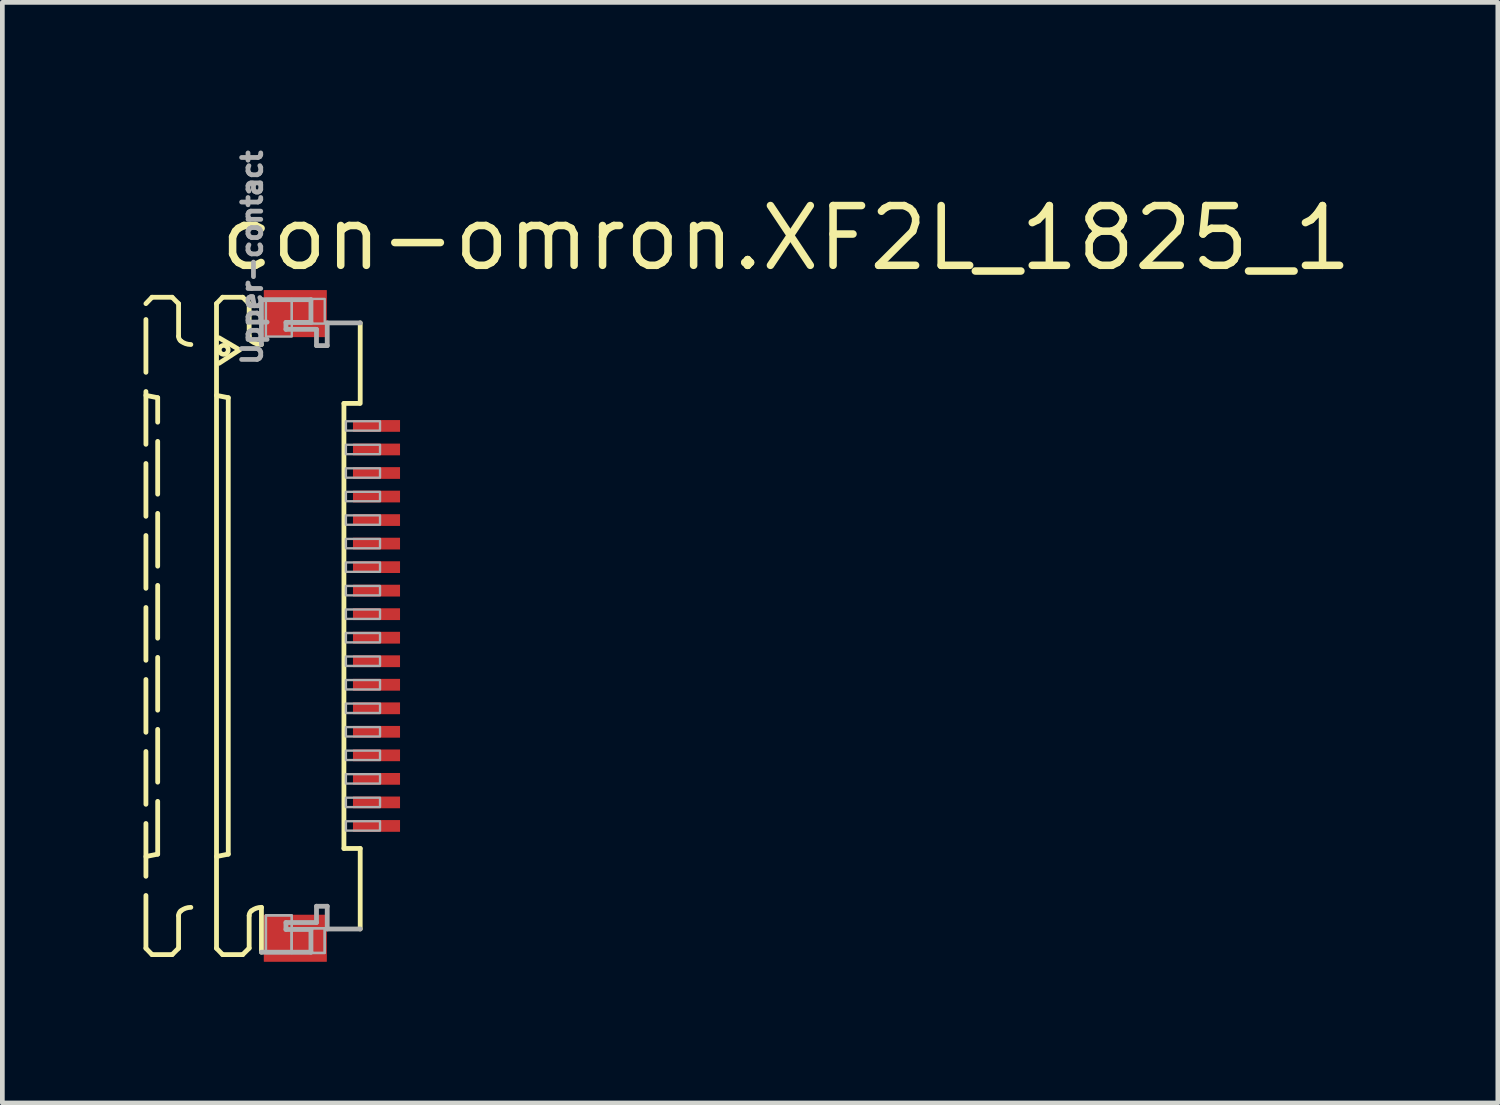
<source format=kicad_pcb>
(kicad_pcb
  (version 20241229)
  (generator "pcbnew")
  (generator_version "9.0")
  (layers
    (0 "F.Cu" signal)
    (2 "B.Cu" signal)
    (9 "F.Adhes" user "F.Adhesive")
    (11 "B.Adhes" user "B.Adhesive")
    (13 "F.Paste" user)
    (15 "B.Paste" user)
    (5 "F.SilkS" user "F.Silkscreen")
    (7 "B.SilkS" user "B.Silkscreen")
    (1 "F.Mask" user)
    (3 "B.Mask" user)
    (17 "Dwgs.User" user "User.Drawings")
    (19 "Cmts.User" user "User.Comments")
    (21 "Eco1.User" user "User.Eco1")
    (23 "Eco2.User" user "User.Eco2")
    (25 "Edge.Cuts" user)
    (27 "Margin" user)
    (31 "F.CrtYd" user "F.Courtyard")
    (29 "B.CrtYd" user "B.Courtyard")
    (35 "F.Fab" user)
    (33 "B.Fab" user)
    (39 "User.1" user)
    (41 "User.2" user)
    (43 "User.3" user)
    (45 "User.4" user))
  (footprint "con-omron.XF2L_1825_1"
    (layer "F.Cu")
    (at 3.046 10.252)
    (property "Reference" "con-omron.XF2L_1825_1" (at -1.5 -7.5 0) (layer "F.SilkS") (effects (font (size 1.27 1.27) (thickness 0.16)) (justify left bottom)))
    (attr smd)
    (fp_rect (start 1.355 -4.075) (end 2.455 -4.425) (stroke (width 0.05) (type default)) (fill yes) (layer "F.Mask"))
    (fp_rect (start 1.355 -3.575) (end 2.455 -3.925) (stroke (width 0.05) (type default)) (fill yes) (layer "F.Mask"))
    (fp_rect (start 1.355 -3.075) (end 2.455 -3.425) (stroke (width 0.05) (type default)) (fill yes) (layer "F.Mask"))
    (fp_rect (start 1.355 -2.575) (end 2.455 -2.925) (stroke (width 0.05) (type default)) (fill yes) (layer "F.Mask"))
    (fp_rect (start 1.355 -2.075) (end 2.455 -2.425) (stroke (width 0.05) (type default)) (fill yes) (layer "F.Mask"))
    (fp_rect (start 1.355 -1.575) (end 2.455 -1.925) (stroke (width 0.05) (type default)) (fill yes) (layer "F.Mask"))
    (fp_rect (start 1.355 -1.075) (end 2.455 -1.425) (stroke (width 0.05) (type default)) (fill yes) (layer "F.Mask"))
    (fp_rect (start 1.355 -0.575) (end 2.455 -0.925) (stroke (width 0.05) (type default)) (fill yes) (layer "F.Mask"))
    (fp_rect (start 1.355 -0.075) (end 2.455 -0.425) (stroke (width 0.05) (type default)) (fill yes) (layer "F.Mask"))
    (fp_rect (start 1.355 0.425) (end 2.455 0.075) (stroke (width 0.05) (type default)) (fill yes) (layer "F.Mask"))
    (fp_rect (start 1.355 0.925) (end 2.455 0.575) (stroke (width 0.05) (type default)) (fill yes) (layer "F.Mask"))
    (fp_rect (start 1.355 1.425) (end 2.455 1.075) (stroke (width 0.05) (type default)) (fill yes) (layer "F.Mask"))
    (fp_rect (start 1.355 1.925) (end 2.455 1.575) (stroke (width 0.05) (type default)) (fill yes) (layer "F.Mask"))
    (fp_rect (start 1.355 2.425) (end 2.455 2.075) (stroke (width 0.05) (type default)) (fill yes) (layer "F.Mask"))
    (fp_rect (start 1.355 2.925) (end 2.455 2.575) (stroke (width 0.05) (type default)) (fill yes) (layer "F.Mask"))
    (fp_rect (start 1.355 3.425) (end 2.455 3.075) (stroke (width 0.05) (type default)) (fill yes) (layer "F.Mask"))
    (fp_rect (start 1.355 3.925) (end 2.455 3.575) (stroke (width 0.05) (type default)) (fill yes) (layer "F.Mask"))
    (fp_rect (start 1.355 4.425) (end 2.455 4.075) (stroke (width 0.05) (type default)) (fill yes) (layer "F.Mask"))
    (fp_line (start -2.995 -6.85) (end -2.865 -6.985) (stroke (width 0.102) (type default)) (layer "F.SilkS"))
    (fp_line (start -2.995 -4.9) (end -2.745 -4.85) (stroke (width 0.102) (type default)) (layer "F.SilkS"))
    (fp_line (start -2.995 6.85) (end -2.995 -6.85) (stroke (width 0.102) (type dash)) (layer "F.SilkS"))
    (fp_line (start -2.995 6.85) (end -2.865 6.985) (stroke (width 0.102) (type default)) (layer "F.SilkS"))
    (fp_line (start -2.865 -6.985) (end -2.438 -6.985) (stroke (width 0.102) (type dash)) (layer "F.SilkS"))
    (fp_line (start -2.865 6.985) (end -2.438 6.985) (stroke (width 0.102) (type dash)) (layer "F.SilkS"))
    (fp_line (start -2.745 4.85) (end -2.995 4.9) (stroke (width 0.102) (type default)) (layer "F.SilkS"))
    (fp_line (start -2.745 4.85) (end -2.745 -4.85) (stroke (width 0.102) (type dash)) (layer "F.SilkS"))
    (fp_line (start -2.438 -6.985) (end -2.301 -6.848) (stroke (width 0.102) (type default)) (layer "F.SilkS"))
    (fp_line (start -2.438 6.985) (end -2.301 6.848) (stroke (width 0.102) (type default)) (layer "F.SilkS"))
    (fp_line (start -2.301 -6.848) (end -2.301 -6.156) (stroke (width 0.102) (type dash)) (layer "F.SilkS"))
    (fp_line (start -2.301 6.848) (end -2.301 6.156) (stroke (width 0.102) (type dash)) (layer "F.SilkS"))
    (fp_line (start -1.495 -6.85) (end -1.365 -6.985) (stroke (width 0.102) (type default)) (layer "F.SilkS"))
    (fp_line (start -1.495 -4.9) (end -1.245 -4.85) (stroke (width 0.102) (type default)) (layer "F.SilkS"))
    (fp_line (start -1.495 6.85) (end -1.495 -6.85) (stroke (width 0.102) (type default)) (layer "F.SilkS"))
    (fp_line (start -1.495 6.85) (end -1.365 6.985) (stroke (width 0.102) (type default)) (layer "F.SilkS"))
    (fp_line (start -1.441 -6.123) (end -1.005 -5.867) (stroke (width 0.102) (type default)) (layer "F.SilkS"))
    (fp_line (start -1.365 -6.985) (end -0.939 -6.985) (stroke (width 0.102) (type default)) (layer "F.SilkS"))
    (fp_line (start -1.365 6.985) (end -0.939 6.985) (stroke (width 0.102) (type default)) (layer "F.SilkS"))
    (fp_line (start -1.245 4.85) (end -1.495 4.9) (stroke (width 0.102) (type default)) (layer "F.SilkS"))
    (fp_line (start -1.245 4.85) (end -1.245 -4.85) (stroke (width 0.102) (type default)) (layer "F.SilkS"))
    (fp_line (start -1.005 -5.867) (end -1.441 -5.582) (stroke (width 0.102) (type default)) (layer "F.SilkS"))
    (fp_line (start -0.939 -6.985) (end -0.801 -6.848) (stroke (width 0.102) (type default)) (layer "F.SilkS"))
    (fp_line (start -0.939 6.985) (end -0.801 6.848) (stroke (width 0.102) (type default)) (layer "F.SilkS"))
    (fp_line (start -0.801 -6.848) (end -0.801 -6.156) (stroke (width 0.102) (type default)) (layer "F.SilkS"))
    (fp_line (start -0.801 6.848) (end -0.801 6.156) (stroke (width 0.102) (type default)) (layer "F.SilkS"))
    (fp_line (start -0.54 5.98) (end -0.54 6.933) (stroke (width 0.102) (type default)) (layer "F.SilkS"))
    (fp_line (start 1.213 4.729) (end 1.213 -4.729) (stroke (width 0.102) (type default)) (layer "F.SilkS"))
    (fp_line (start 1.538 -4.729) (end 1.213 -4.729) (stroke (width 0.102) (type default)) (layer "F.SilkS"))
    (fp_line (start 1.559 -6.44) (end 1.559 -4.729) (stroke (width 0.102) (type default)) (layer "F.SilkS"))
    (fp_line (start 1.559 4.729) (end 1.213 4.729) (stroke (width 0.102) (type default)) (layer "F.SilkS"))
    (fp_line (start 1.559 6.44) (end 1.559 4.729) (stroke (width 0.102) (type default)) (layer "F.SilkS"))
    (fp_arc (start -2.301 6.1557) (mid -2.288538 6.100596) (end -2.2536 6.0562) (stroke (width 0.1016) (type default)) (layer "F.SilkS"))
    (fp_arc (start -2.2536 -6.0562) (mid -2.288538 -6.100596) (end -2.301 -6.1557) (stroke (width 0.1016) (type default)) (layer "F.SilkS"))
    (fp_arc (start -2.2536 6.0562) (mid -2.153476 5.999936) (end -2.0403 5.9804) (stroke (width 0.1016) (type default)) (layer "F.SilkS"))
    (fp_arc (start -2.0403 -5.9804) (mid -2.153476 -5.999936) (end -2.2536 -6.0562) (stroke (width 0.1016) (type default)) (layer "F.SilkS"))
    (fp_arc (start -0.801 6.1557) (mid -0.788538 6.100596) (end -0.7536 6.0562) (stroke (width 0.1016) (type default)) (layer "F.SilkS"))
    (fp_arc (start -0.7536 -6.0562) (mid -0.788538 -6.100596) (end -0.801 -6.1557) (stroke (width 0.1016) (type default)) (layer "F.SilkS"))
    (fp_arc (start -0.7536 6.0562) (mid -0.653476 5.999936) (end -0.5403 5.9804) (stroke (width 0.1016) (type default)) (layer "F.SilkS"))
    (fp_arc (start -0.5403 -5.9804) (mid -0.653476 -5.999936) (end -0.7536 -6.0562) (stroke (width 0.1016) (type default)) (layer "F.SilkS"))
    (fp_circle (center -1.341 -5.867) (end -1.246 -5.867) (stroke (width 0.1) (type default)) (fill no) (layer "F.SilkS"))
    (fp_line (start -0.54 -6.933) (end 0.512 -6.933) (stroke (width 0.102) (type default)) (layer "F.Fab"))
    (fp_line (start -0.54 -5.98) (end -0.54 -6.933) (stroke (width 0.102) (type default)) (layer "F.Fab"))
    (fp_line (start -0.54 6.933) (end 0.512 6.933) (stroke (width 0.102) (type default)) (layer "F.Fab"))
    (fp_line (start -0.019 -6.45) (end -0.019 -6.303) (stroke (width 0.102) (type default)) (layer "F.Fab"))
    (fp_line (start -0.019 -6.303) (end 0.63 -6.303) (stroke (width 0.102) (type default)) (layer "F.Fab"))
    (fp_line (start -0.019 6.303) (end 0.63 6.303) (stroke (width 0.102) (type default)) (layer "F.Fab"))
    (fp_line (start -0.019 6.45) (end -0.019 6.303) (stroke (width 0.102) (type default)) (layer "F.Fab"))
    (fp_line (start 0.512 -6.933) (end 0.512 -6.45) (stroke (width 0.102) (type default)) (layer "F.Fab"))
    (fp_line (start 0.512 -6.45) (end -0.019 -6.45) (stroke (width 0.102) (type default)) (layer "F.Fab"))
    (fp_line (start 0.512 6.45) (end -0.019 6.45) (stroke (width 0.102) (type default)) (layer "F.Fab"))
    (fp_line (start 0.512 6.933) (end 0.512 6.45) (stroke (width 0.102) (type default)) (layer "F.Fab"))
    (fp_line (start 0.63 -6.303) (end 0.63 -5.957) (stroke (width 0.102) (type default)) (layer "F.Fab"))
    (fp_line (start 0.63 -5.957) (end 0.858 -5.957) (stroke (width 0.102) (type default)) (layer "F.Fab"))
    (fp_line (start 0.63 5.957) (end 0.858 5.957) (stroke (width 0.102) (type default)) (layer "F.Fab"))
    (fp_line (start 0.63 6.303) (end 0.63 5.957) (stroke (width 0.102) (type default)) (layer "F.Fab"))
    (fp_line (start 0.858 -6.44) (end 1.559 -6.44) (stroke (width 0.102) (type default)) (layer "F.Fab"))
    (fp_line (start 0.858 -5.957) (end 0.858 -6.44) (stroke (width 0.102) (type default)) (layer "F.Fab"))
    (fp_line (start 0.858 5.957) (end 0.858 6.44) (stroke (width 0.102) (type default)) (layer "F.Fab"))
    (fp_line (start 0.858 6.44) (end 1.559 6.44) (stroke (width 0.102) (type default)) (layer "F.Fab"))
    (fp_rect (start -0.445 -6.15) (end 0.105 -6.95) (stroke (width 0.05) (type default)) (fill no) (layer "F.Fab"))
    (fp_rect (start -0.445 6.95) (end 0.105 6.15) (stroke (width 0.05) (type default)) (fill no) (layer "F.Fab"))
    (fp_rect (start -0.445 6.95) (end 0.105 6.15) (stroke (width 0.05) (type default)) (fill no) (layer "F.Fab"))
    (fp_rect (start 0.105 -6.425) (end 0.805 -6.95) (stroke (width 0.05) (type default)) (fill no) (layer "F.Fab"))
    (fp_rect (start 0.105 6.95) (end 0.805 6.425) (stroke (width 0.05) (type default)) (fill no) (layer "F.Fab"))
    (fp_rect (start 0.105 6.95) (end 0.805 6.425) (stroke (width 0.05) (type default)) (fill no) (layer "F.Fab"))
    (fp_rect (start 1.255 -4.15) (end 1.98 -4.35) (stroke (width 0.05) (type default)) (fill no) (layer "F.Fab"))
    (fp_rect (start 1.255 -3.65) (end 1.98 -3.85) (stroke (width 0.05) (type default)) (fill no) (layer "F.Fab"))
    (fp_rect (start 1.255 -3.15) (end 1.98 -3.35) (stroke (width 0.05) (type default)) (fill no) (layer "F.Fab"))
    (fp_rect (start 1.255 -2.65) (end 1.98 -2.85) (stroke (width 0.05) (type default)) (fill no) (layer "F.Fab"))
    (fp_rect (start 1.255 -2.15) (end 1.98 -2.35) (stroke (width 0.05) (type default)) (fill no) (layer "F.Fab"))
    (fp_rect (start 1.255 -1.65) (end 1.98 -1.85) (stroke (width 0.05) (type default)) (fill no) (layer "F.Fab"))
    (fp_rect (start 1.255 -1.15) (end 1.98 -1.35) (stroke (width 0.05) (type default)) (fill no) (layer "F.Fab"))
    (fp_rect (start 1.255 -0.65) (end 1.98 -0.85) (stroke (width 0.05) (type default)) (fill no) (layer "F.Fab"))
    (fp_rect (start 1.255 -0.15) (end 1.98 -0.35) (stroke (width 0.05) (type default)) (fill no) (layer "F.Fab"))
    (fp_rect (start 1.255 0.35) (end 1.98 0.15) (stroke (width 0.05) (type default)) (fill no) (layer "F.Fab"))
    (fp_rect (start 1.255 0.85) (end 1.98 0.65) (stroke (width 0.05) (type default)) (fill no) (layer "F.Fab"))
    (fp_rect (start 1.255 1.35) (end 1.98 1.15) (stroke (width 0.05) (type default)) (fill no) (layer "F.Fab"))
    (fp_rect (start 1.255 1.85) (end 1.98 1.65) (stroke (width 0.05) (type default)) (fill no) (layer "F.Fab"))
    (fp_rect (start 1.255 2.35) (end 1.98 2.15) (stroke (width 0.05) (type default)) (fill no) (layer "F.Fab"))
    (fp_rect (start 1.255 2.85) (end 1.98 2.65) (stroke (width 0.05) (type default)) (fill no) (layer "F.Fab"))
    (fp_rect (start 1.255 3.35) (end 1.98 3.15) (stroke (width 0.05) (type default)) (fill no) (layer "F.Fab"))
    (fp_rect (start 1.255 3.85) (end 1.98 3.65) (stroke (width 0.05) (type default)) (fill no) (layer "F.Fab"))
    (fp_rect (start 1.255 4.35) (end 1.98 4.15) (stroke (width 0.05) (type default)) (fill no) (layer "F.Fab"))
    (fp_text user "Upper-contact" (at -0.5 -5.5 270) (layer "F.Fab") (effects (font (size 0.406 0.406) (thickness 0.15)) (justify left bottom)))
    (pad "1" smd roundrect (at 1.905 -4.25) (size 1 0.25) (layers "F.Cu" "F.Mask" "F.Paste") (roundrect_rratio 0.01))
    (pad "2" smd roundrect (at 1.905 -3.75) (size 1 0.25) (layers "F.Cu" "F.Mask" "F.Paste") (roundrect_rratio 0.01))
    (pad "3" smd roundrect (at 1.905 -3.25) (size 1 0.25) (layers "F.Cu" "F.Mask" "F.Paste") (roundrect_rratio 0.01))
    (pad "4" smd roundrect (at 1.905 -2.75) (size 1 0.25) (layers "F.Cu" "F.Mask" "F.Paste") (roundrect_rratio 0.01))
    (pad "5" smd roundrect (at 1.905 -2.25) (size 1 0.25) (layers "F.Cu" "F.Mask" "F.Paste") (roundrect_rratio 0.01))
    (pad "6" smd roundrect (at 1.905 -1.75) (size 1 0.25) (layers "F.Cu" "F.Mask" "F.Paste") (roundrect_rratio 0.01))
    (pad "7" smd roundrect (at 1.905 -1.25) (size 1 0.25) (layers "F.Cu" "F.Mask" "F.Paste") (roundrect_rratio 0.01))
    (pad "8" smd roundrect (at 1.905 -0.75) (size 1 0.25) (layers "F.Cu" "F.Mask" "F.Paste") (roundrect_rratio 0.01))
    (pad "9" smd roundrect (at 1.905 -0.25) (size 1 0.25) (layers "F.Cu" "F.Mask" "F.Paste") (roundrect_rratio 0.01))
    (pad "10" smd roundrect (at 1.905 0.25) (size 1 0.25) (layers "F.Cu" "F.Mask" "F.Paste") (roundrect_rratio 0.01))
    (pad "11" smd roundrect (at 1.905 0.75) (size 1 0.25) (layers "F.Cu" "F.Mask" "F.Paste") (roundrect_rratio 0.01))
    (pad "12" smd roundrect (at 1.905 1.25) (size 1 0.25) (layers "F.Cu" "F.Mask" "F.Paste") (roundrect_rratio 0.01))
    (pad "13" smd roundrect (at 1.905 1.75) (size 1 0.25) (layers "F.Cu" "F.Mask" "F.Paste") (roundrect_rratio 0.01))
    (pad "14" smd roundrect (at 1.905 2.25) (size 1 0.25) (layers "F.Cu" "F.Mask" "F.Paste") (roundrect_rratio 0.01))
    (pad "15" smd roundrect (at 1.905 2.75) (size 1 0.25) (layers "F.Cu" "F.Mask" "F.Paste") (roundrect_rratio 0.01))
    (pad "16" smd roundrect (at 1.905 3.25) (size 1 0.25) (layers "F.Cu" "F.Mask" "F.Paste") (roundrect_rratio 0.01))
    (pad "17" smd roundrect (at 1.905 3.75) (size 1 0.25) (layers "F.Cu" "F.Mask" "F.Paste") (roundrect_rratio 0.01))
    (pad "18" smd roundrect (at 1.905 4.25) (size 1 0.25) (layers "F.Cu" "F.Mask" "F.Paste") (roundrect_rratio 0.01))
    (pad "M1" smd roundrect (at 0.18 -6.638) (size 1.34 1) (layers "F.Cu" "F.Mask" "F.Paste") (roundrect_rratio 0.01))
    (pad "M2" smd roundrect (at 0.18 6.638) (size 1.34 1) (layers "F.Cu" "F.Mask" "F.Paste") (roundrect_rratio 0.01)))
  (gr_rect
    (start -3 -3)
    (end 28.781 20.389)
    (stroke (width 0.1) (type default))
    (fill no)
    (layer "Edge.Cuts")))
</source>
